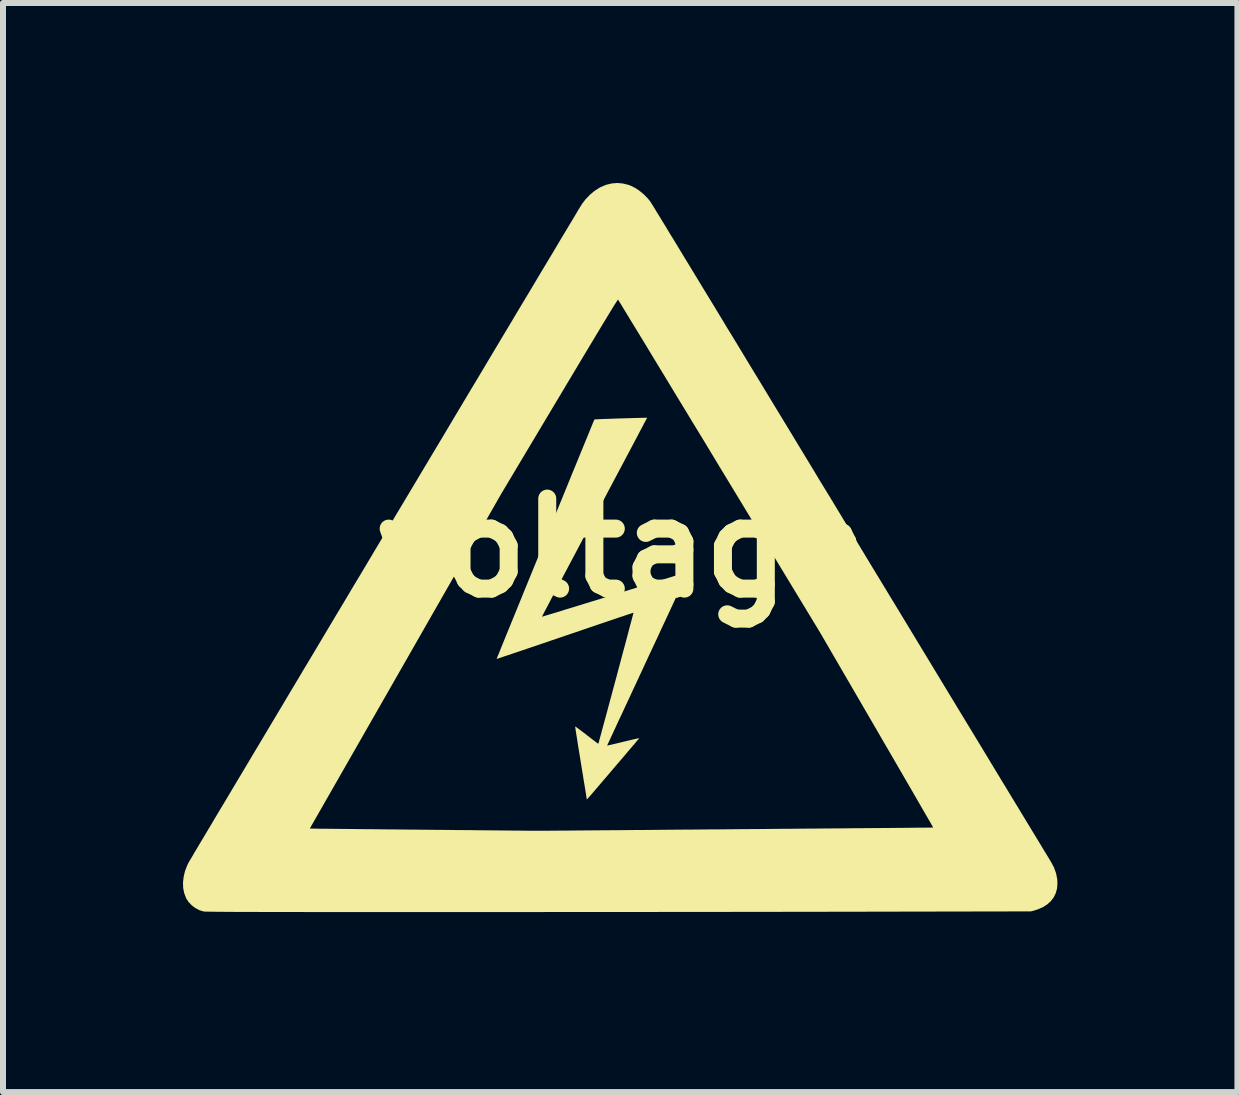
<source format=kicad_pcb>
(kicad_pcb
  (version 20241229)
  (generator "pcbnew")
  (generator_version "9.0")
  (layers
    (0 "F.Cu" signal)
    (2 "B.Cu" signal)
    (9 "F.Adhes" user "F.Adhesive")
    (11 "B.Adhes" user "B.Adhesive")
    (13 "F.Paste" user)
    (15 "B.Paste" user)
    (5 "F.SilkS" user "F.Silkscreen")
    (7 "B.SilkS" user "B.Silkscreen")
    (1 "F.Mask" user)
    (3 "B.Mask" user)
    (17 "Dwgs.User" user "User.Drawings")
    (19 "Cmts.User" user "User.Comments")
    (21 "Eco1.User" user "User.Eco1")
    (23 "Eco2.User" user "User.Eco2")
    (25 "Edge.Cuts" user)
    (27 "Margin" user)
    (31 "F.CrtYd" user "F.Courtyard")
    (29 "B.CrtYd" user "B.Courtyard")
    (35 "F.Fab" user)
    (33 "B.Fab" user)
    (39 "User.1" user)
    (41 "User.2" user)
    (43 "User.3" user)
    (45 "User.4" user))
  (footprint "voltage"
    (layer "F.Cu")
    (at 7.285 6.082)
    (property "Reference" "voltage" (at 0 0 0) (layer "F.SilkS") (effects (font (size 1.5 1.5) (thickness 0.3))))
    (attr board_only exclude_from_pos_files exclude_from_bom)
    (fp_poly (pts (xy 0.449 -2.17) (xy 0.45 -2.169) (xy 0.447 -2.162) (xy 0.436 -2.142) (xy 0.419 -2.11) (xy 0.395 -2.065) (xy 0.366 -2.009) (xy 0.33 -1.942) (xy 0.29 -1.865) (xy 0.244 -1.778) (xy 0.193 -1.682) (xy 0.138 -1.578) (xy 0.078 -1.465) (xy 0.015 -1.346) (xy -0.052 -1.22) (xy -0.122 -1.088) (xy -0.195 -0.951) (xy -0.27 -0.808) (xy -0.348 -0.662) (xy -0.427 -0.513) (xy -0.507 -0.362) (xy -0.584 -0.216) (xy -0.66 -0.073) (xy -0.732 0.064) (xy -0.802 0.196) (xy -0.869 0.322) (xy -0.932 0.441) (xy -0.991 0.554) (xy -1.046 0.658) (xy -1.097 0.754) (xy -1.143 0.841) (xy -1.183 0.918) (xy -1.218 0.985) (xy -1.248 1.041) (xy -1.271 1.086) (xy -1.288 1.119) (xy -1.299 1.139) (xy -1.302 1.146) (xy -1.294 1.144) (xy -1.272 1.138) (xy -1.237 1.127) (xy -1.19 1.113) (xy -1.13 1.095) (xy -1.06 1.074) (xy -0.979 1.049) (xy -0.889 1.021) (xy -0.79 0.991) (xy -0.683 0.958) (xy -0.57 0.923) (xy -0.45 0.886) (xy -0.324 0.848) (xy -0.194 0.807) (xy -0.086 0.774) (xy 0.048 0.733) (xy 0.177 0.693) (xy 0.302 0.654) (xy 0.42 0.618) (xy 0.533 0.583) (xy 0.638 0.551) (xy 0.735 0.521) (xy 0.823 0.494) (xy 0.902 0.469) (xy 0.97 0.449) (xy 1.027 0.431) (xy 1.072 0.417) (xy 1.105 0.407) (xy 1.124 0.402) (xy 1.129 0.4) (xy 1.126 0.408) (xy 1.116 0.428) (xy 1.101 0.462) (xy 1.08 0.507) (xy 1.053 0.565) (xy 1.022 0.633) (xy 0.986 0.711) (xy 0.945 0.798) (xy 0.9 0.895) (xy 0.851 1) (xy 0.799 1.112) (xy 0.744 1.231) (xy 0.685 1.356) (xy 0.625 1.487) (xy 0.561 1.623) (xy 0.496 1.762) (xy 0.456 1.848) (xy 0.39 1.99) (xy 0.326 2.128) (xy 0.264 2.262) (xy 0.204 2.39) (xy 0.147 2.513) (xy 0.092 2.63) (xy 0.042 2.739) (xy -0.006 2.84) (xy -0.049 2.933) (xy -0.088 3.017) (xy -0.122 3.091) (xy -0.152 3.155) (xy -0.176 3.208) (xy -0.195 3.248) (xy -0.208 3.277) (xy -0.215 3.292) (xy -0.216 3.295) (xy -0.208 3.293) (xy -0.187 3.288) (xy -0.154 3.281) (xy -0.112 3.271) (xy -0.06 3.259) (xy -0.003 3.245) (xy 0.053 3.231) (xy 0.115 3.217) (xy 0.172 3.203) (xy 0.222 3.191) (xy 0.264 3.182) (xy 0.295 3.175) (xy 0.314 3.171) (xy 0.32 3.17) (xy 0.315 3.176) (xy 0.301 3.193) (xy 0.278 3.22) (xy 0.248 3.257) (xy 0.21 3.301) (xy 0.166 3.352) (xy 0.117 3.41) (xy 0.064 3.473) (xy 0.007 3.54) (xy -0.045 3.6) (xy -0.128 3.698) (xy -0.202 3.785) (xy -0.267 3.861) (xy -0.324 3.927) (xy -0.372 3.984) (xy -0.414 4.032) (xy -0.448 4.073) (xy -0.477 4.106) (xy -0.5 4.133) (xy -0.518 4.153) (xy -0.532 4.169) (xy -0.542 4.18) (xy -0.549 4.187) (xy -0.552 4.191) (xy -0.554 4.192) (xy -0.555 4.191) (xy -0.556 4.183) (xy -0.56 4.161) (xy -0.565 4.125) (xy -0.573 4.077) (xy -0.582 4.019) (xy -0.593 3.952) (xy -0.606 3.876) (xy -0.619 3.792) (xy -0.634 3.703) (xy -0.649 3.609) (xy -0.653 3.585) (xy -0.668 3.49) (xy -0.683 3.4) (xy -0.697 3.315) (xy -0.709 3.237) (xy -0.72 3.166) (xy -0.73 3.106) (xy -0.738 3.055) (xy -0.743 3.016) (xy -0.747 2.99) (xy -0.749 2.978) (xy -0.749 2.977) (xy -0.742 2.98) (xy -0.725 2.991) (xy -0.698 3.011) (xy -0.664 3.036) (xy -0.623 3.067) (xy -0.578 3.101) (xy -0.556 3.119) (xy -0.509 3.155) (xy -0.466 3.188) (xy -0.428 3.217) (xy -0.398 3.24) (xy -0.376 3.256) (xy -0.365 3.264) (xy -0.363 3.264) (xy -0.361 3.256) (xy -0.354 3.235) (xy -0.345 3.2) (xy -0.332 3.153) (xy -0.316 3.095) (xy -0.298 3.027) (xy -0.277 2.95) (xy -0.254 2.866) (xy -0.229 2.774) (xy -0.203 2.677) (xy -0.176 2.575) (xy -0.147 2.469) (xy -0.118 2.36) (xy -0.088 2.25) (xy -0.058 2.139) (xy -0.029 2.028) (xy 0.001 1.918) (xy 0.029 1.811) (xy 0.057 1.707) (xy 0.084 1.608) (xy 0.109 1.514) (xy 0.132 1.426) (xy 0.153 1.346) (xy 0.172 1.275) (xy 0.189 1.213) (xy 0.202 1.162) (xy 0.213 1.122) (xy 0.22 1.095) (xy 0.223 1.081) (xy 0.223 1.08) (xy 0.216 1.082) (xy 0.194 1.089) (xy 0.159 1.101) (xy 0.112 1.116) (xy 0.054 1.136) (xy -0.016 1.159) (xy -0.095 1.186) (xy -0.184 1.216) (xy -0.281 1.249) (xy -0.386 1.284) (xy -0.497 1.322) (xy -0.615 1.362) (xy -0.737 1.404) (xy -0.864 1.447) (xy -0.918 1.465) (xy -1.046 1.509) (xy -1.171 1.551) (xy -1.29 1.592) (xy -1.404 1.631) (xy -1.512 1.667) (xy -1.612 1.701) (xy -1.704 1.732) (xy -1.788 1.76) (xy -1.861 1.785) (xy -1.925 1.806) (xy -1.977 1.824) (xy -2.016 1.837) (xy -2.044 1.846) (xy -2.057 1.85) (xy -2.058 1.85) (xy -2.055 1.843) (xy -2.047 1.822) (xy -2.033 1.788) (xy -2.014 1.742) (xy -1.991 1.684) (xy -1.963 1.615) (xy -1.931 1.536) (xy -1.895 1.447) (xy -1.855 1.35) (xy -1.812 1.244) (xy -1.766 1.132) (xy -1.717 1.012) (xy -1.666 0.887) (xy -1.613 0.756) (xy -1.558 0.621) (xy -1.501 0.482) (xy -1.443 0.34) (xy -1.384 0.196) (xy -1.325 0.05) (xy -1.265 -0.097) (xy -1.205 -0.244) (xy -1.145 -0.39) (xy -1.085 -0.536) (xy -1.027 -0.679) (xy -0.969 -0.82) (xy -0.913 -0.958) (xy -0.858 -1.092) (xy -0.806 -1.221) (xy -0.755 -1.344) (xy -0.707 -1.461) (xy -0.662 -1.572) (xy -0.62 -1.674) (xy -0.581 -1.769) (xy -0.546 -1.854) (xy -0.515 -1.93) (xy -0.488 -1.996) (xy -0.466 -2.05) (xy -0.449 -2.092) (xy -0.436 -2.122) (xy -0.429 -2.138) (xy -0.428 -2.141) (xy -0.42 -2.142) (xy -0.398 -2.143) (xy -0.364 -2.145) (xy -0.32 -2.147) (xy -0.267 -2.149) (xy -0.206 -2.151) (xy -0.141 -2.153) (xy -0.071 -2.156) (xy 0.00005 -2.158) (xy 0.072 -2.16) (xy 0.142 -2.162) (xy 0.209 -2.164) (xy 0.271 -2.166) (xy 0.327 -2.167) (xy 0.374 -2.169) (xy 0.411 -2.169) (xy 0.437 -2.17)) (stroke (width 0) (type solid)) (fill yes) (layer "F.SilkS"))
    (fp_poly (pts (xy 0.045 -6.074) (xy 0.139 -6.051) (xy 0.187 -6.033) (xy 0.258 -5.996) (xy 0.33 -5.947) (xy 0.4 -5.888) (xy 0.464 -5.822) (xy 0.504 -5.772) (xy 0.51 -5.763) (xy 0.524 -5.74) (xy 0.546 -5.705) (xy 0.575 -5.658) (xy 0.611 -5.598) (xy 0.655 -5.527) (xy 0.705 -5.444) (xy 0.763 -5.35) (xy 0.826 -5.245) (xy 0.897 -5.13) (xy 0.973 -5.005) (xy 1.055 -4.869) (xy 1.143 -4.725) (xy 1.237 -4.57) (xy 1.336 -4.407) (xy 1.44 -4.236) (xy 1.55 -4.056) (xy 1.664 -3.868) (xy 1.782 -3.672) (xy 1.906 -3.47) (xy 2.033 -3.26) (xy 2.164 -3.043) (xy 2.3 -2.82) (xy 2.439 -2.591) (xy 2.581 -2.356) (xy 2.727 -2.116) (xy 2.876 -1.871) (xy 3.027 -1.621) (xy 3.182 -1.366) (xy 3.338 -1.107) (xy 3.498 -0.845) (xy 3.659 -0.579) (xy 3.822 -0.309) (xy 3.844 -0.273) (xy 4.008 -0.003) (xy 4.169 0.264) (xy 4.329 0.527) (xy 4.486 0.786) (xy 4.641 1.041) (xy 4.793 1.292) (xy 4.942 1.538) (xy 5.088 1.779) (xy 5.231 2.015) (xy 5.37 2.245) (xy 5.506 2.469) (xy 5.638 2.687) (xy 5.766 2.898) (xy 5.89 3.102) (xy 6.009 3.298) (xy 6.124 3.488) (xy 6.233 3.669) (xy 6.338 3.842) (xy 6.438 4.006) (xy 6.532 4.162) (xy 6.621 4.308) (xy 6.704 4.445) (xy 6.781 4.572) (xy 6.852 4.689) (xy 6.917 4.796) (xy 6.975 4.891) (xy 7.026 4.976) (xy 7.07 5.049) (xy 7.108 5.111) (xy 7.138 5.16) (xy 7.16 5.197) (xy 7.175 5.222) (xy 7.182 5.233) (xy 7.182 5.233) (xy 7.232 5.327) (xy 7.266 5.422) (xy 7.285 5.519) (xy 7.289 5.589) (xy 7.283 5.674) (xy 7.262 5.752) (xy 7.228 5.823) (xy 7.18 5.886) (xy 7.12 5.941) (xy 7.048 5.987) (xy 6.963 6.024) (xy 6.911 6.041) (xy 6.848 6.058) (xy 4.133 6.063) (xy 3.945 6.064) (xy 3.741 6.064) (xy 3.525 6.064) (xy 3.295 6.065) (xy 3.054 6.065) (xy 2.801 6.065) (xy 2.539 6.066) (xy 2.268 6.066) (xy 1.988 6.066) (xy 1.702 6.067) (xy 1.409 6.067) (xy 1.112 6.067) (xy 0.81 6.067) (xy 0.504 6.068) (xy 0.197 6.068) (xy -0.112 6.068) (xy -0.422 6.068) (xy -0.731 6.068) (xy -1.038 6.068) (xy -1.343 6.069) (xy -1.645 6.069) (xy -1.943 6.069) (xy -2.235 6.069) (xy -2.521 6.069) (xy -2.738 6.069) (xy -3.05 6.069) (xy -3.346 6.069) (xy -3.627 6.069) (xy -3.894 6.069) (xy -4.146 6.069) (xy -4.385 6.069) (xy -4.61 6.069) (xy -4.823 6.069) (xy -5.022 6.069) (xy -5.209 6.069) (xy -5.384 6.068) (xy -5.548 6.068) (xy -5.7 6.068) (xy -5.842 6.068) (xy -5.972 6.068) (xy -6.093 6.067) (xy -6.204 6.067) (xy -6.306 6.067) (xy -6.398 6.067) (xy -6.482 6.066) (xy -6.557 6.066) (xy -6.625 6.065) (xy -6.684 6.065) (xy -6.737 6.064) (xy -6.783 6.064) (xy -6.822 6.063) (xy -6.855 6.063) (xy -6.882 6.062) (xy -6.904 6.062) (xy -6.921 6.061) (xy -6.933 6.06) (xy -6.941 6.059) (xy -6.943 6.059) (xy -7.013 6.037) (xy -7.08 6.002) (xy -7.14 5.956) (xy -7.191 5.903) (xy -7.23 5.844) (xy -7.233 5.836) (xy -7.265 5.754) (xy -7.282 5.667) (xy -7.285 5.575) (xy -7.274 5.48) (xy -7.25 5.382) (xy -7.212 5.284) (xy -7.196 5.252) (xy -7.191 5.243) (xy -7.179 5.221) (xy -7.158 5.187) (xy -7.13 5.14) (xy -7.096 5.081) (xy -7.054 5.011) (xy -7.006 4.93) (xy -6.951 4.838) (xy -6.89 4.736) (xy -6.854 4.676) (xy -5.171 4.676) (xy -5.142 4.678) (xy -5.132 4.678) (xy -5.107 4.678) (xy -5.067 4.679) (xy -5.014 4.68) (xy -4.948 4.68) (xy -4.871 4.681) (xy -4.781 4.682) (xy -4.682 4.683) (xy -4.572 4.684) (xy -4.454 4.685) (xy -4.327 4.687) (xy -4.192 4.688) (xy -4.05 4.689) (xy -3.903 4.691) (xy -3.749 4.692) (xy -3.591 4.694) (xy -3.429 4.695) (xy -3.399 4.696) (xy -3.234 4.697) (xy -3.073 4.699) (xy -2.915 4.7) (xy -2.763 4.702) (xy -2.615 4.703) (xy -2.474 4.704) (xy -2.34 4.706) (xy -2.214 4.707) (xy -2.096 4.708) (xy -1.988 4.709) (xy -1.889 4.71) (xy -1.802 4.711) (xy -1.726 4.712) (xy -1.663 4.712) (xy -1.613 4.713) (xy -1.577 4.713) (xy -1.556 4.714) (xy -1.555 4.714) (xy -1.539 4.714) (xy -1.523 4.714) (xy -1.505 4.714) (xy -1.486 4.714) (xy -1.465 4.714) (xy -1.442 4.714) (xy -1.415 4.714) (xy -1.384 4.714) (xy -1.35 4.714) (xy -1.31 4.714) (xy -1.265 4.714) (xy -1.214 4.714) (xy -1.157 4.713) (xy -1.093 4.713) (xy -1.022 4.712) (xy -0.942 4.712) (xy -0.854 4.711) (xy -0.757 4.71) (xy -0.65 4.709) (xy -0.532 4.708) (xy -0.405 4.707) (xy -0.265 4.706) (xy -0.114 4.705) (xy 0.049 4.704) (xy 0.225 4.702) (xy 0.415 4.701) (xy 0.619 4.699) (xy 0.837 4.697) (xy 1.07 4.695) (xy 1.078 4.695) (xy 1.264 4.694) (xy 1.456 4.692) (xy 1.653 4.691) (xy 1.854 4.689) (xy 2.056 4.687) (xy 2.259 4.686) (xy 2.462 4.684) (xy 2.661 4.682) (xy 2.858 4.681) (xy 3.049 4.679) (xy 3.233 4.678) (xy 3.409 4.676) (xy 3.577 4.675) (xy 3.733 4.674) (xy 3.877 4.672) (xy 4.007 4.671) (xy 4.051 4.671) (xy 4.185 4.67) (xy 4.314 4.669) (xy 4.438 4.668) (xy 4.556 4.667) (xy 4.667 4.666) (xy 4.771 4.665) (xy 4.866 4.664) (xy 4.951 4.663) (xy 5.027 4.663) (xy 5.091 4.662) (xy 5.142 4.661) (xy 5.182 4.661) (xy 5.207 4.66) (xy 5.218 4.66) (xy 5.218 4.66) (xy 5.214 4.653) (xy 5.203 4.633) (xy 5.185 4.601) (xy 5.16 4.557) (xy 5.128 4.502) (xy 5.09 4.437) (xy 5.046 4.361) (xy 4.997 4.276) (xy 4.943 4.182) (xy 4.884 4.08) (xy 4.82 3.97) (xy 4.752 3.853) (xy 4.681 3.73) (xy 4.606 3.601) (xy 4.528 3.466) (xy 4.447 3.327) (xy 4.363 3.183) (xy 4.278 3.036) (xy 4.277 3.034) (xy 3.333 1.41) (xy 1.654 -1.359) (xy 1.538 -1.551) (xy 1.424 -1.74) (xy 1.312 -1.924) (xy 1.202 -2.104) (xy 1.096 -2.28) (xy 0.992 -2.45) (xy 0.892 -2.615) (xy 0.796 -2.774) (xy 0.703 -2.927) (xy 0.615 -3.072) (xy 0.531 -3.21) (xy 0.452 -3.341) (xy 0.378 -3.463) (xy 0.309 -3.576) (xy 0.245 -3.681) (xy 0.187 -3.775) (xy 0.136 -3.86) (xy 0.09 -3.935) (xy 0.052 -3.998) (xy 0.02 -4.051) (xy -0.005 -4.091) (xy -0.022 -4.119) (xy -0.032 -4.135) (xy -0.034 -4.138) (xy -0.037 -4.136) (xy -0.044 -4.126) (xy -0.056 -4.109) (xy -0.072 -4.084) (xy -0.094 -4.05) (xy -0.12 -4.008) (xy -0.151 -3.957) (xy -0.188 -3.897) (xy -0.23 -3.827) (xy -0.279 -3.747) (xy -0.333 -3.657) (xy -0.394 -3.556) (xy -0.461 -3.444) (xy -0.535 -3.321) (xy -0.616 -3.186) (xy -0.704 -3.039) (xy -0.799 -2.88) (xy -0.902 -2.708) (xy -1.013 -2.522) (xy -1.014 -2.521) (xy -1.985 -0.895) (xy -3.578 1.891) (xy -5.171 4.676) (xy -6.854 4.676) (xy -6.823 4.624) (xy -6.751 4.502) (xy -6.673 4.371) (xy -6.589 4.232) (xy -6.501 4.084) (xy -6.408 3.928) (xy -6.31 3.764) (xy -6.208 3.593) (xy -6.102 3.415) (xy -5.992 3.231) (xy -5.878 3.04) (xy -5.761 2.844) (xy -5.641 2.643) (xy -5.518 2.436) (xy -5.392 2.226) (xy -5.264 2.01) (xy -5.133 1.792) (xy -5 1.569) (xy -4.866 1.344) (xy -4.73 1.116) (xy -4.592 0.886) (xy -4.454 0.654) (xy -4.314 0.421) (xy -4.174 0.186) (xy -4.034 -0.049) (xy -3.893 -0.284) (xy -3.753 -0.52) (xy -3.612 -0.755) (xy -3.472 -0.989) (xy -3.333 -1.222) (xy -3.195 -1.453) (xy -3.058 -1.682) (xy -2.922 -1.909) (xy -2.789 -2.133) (xy -2.657 -2.354) (xy -2.527 -2.572) (xy -2.399 -2.785) (xy -2.274 -2.994) (xy -2.152 -3.199) (xy -2.033 -3.398) (xy -1.917 -3.592) (xy -1.804 -3.78) (xy -1.696 -3.962) (xy -1.591 -4.137) (xy -1.49 -4.305) (xy -1.394 -4.466) (xy -1.303 -4.619) (xy -1.216 -4.764) (xy -1.134 -4.9) (xy -1.058 -5.028) (xy -0.988 -5.146) (xy -0.923 -5.254) (xy -0.864 -5.352) (xy -0.811 -5.44) (xy -0.765 -5.517) (xy -0.726 -5.583) (xy -0.694 -5.637) (xy -0.668 -5.679) (xy -0.65 -5.708) (xy -0.64 -5.725) (xy -0.638 -5.728) (xy -0.576 -5.81) (xy -0.504 -5.885) (xy -0.425 -5.951) (xy -0.342 -6.004) (xy -0.326 -6.013) (xy -0.236 -6.051) (xy -0.143 -6.074) (xy -0.049 -6.082)) (stroke (width 0) (type solid)) (fill yes) (layer "F.SilkS")))
  (gr_rect
    (start -3 -3)
    (end 17.574 15.151)
    (stroke (width 0.1) (type default))
    (fill no)
    (layer "Edge.Cuts")))
</source>
